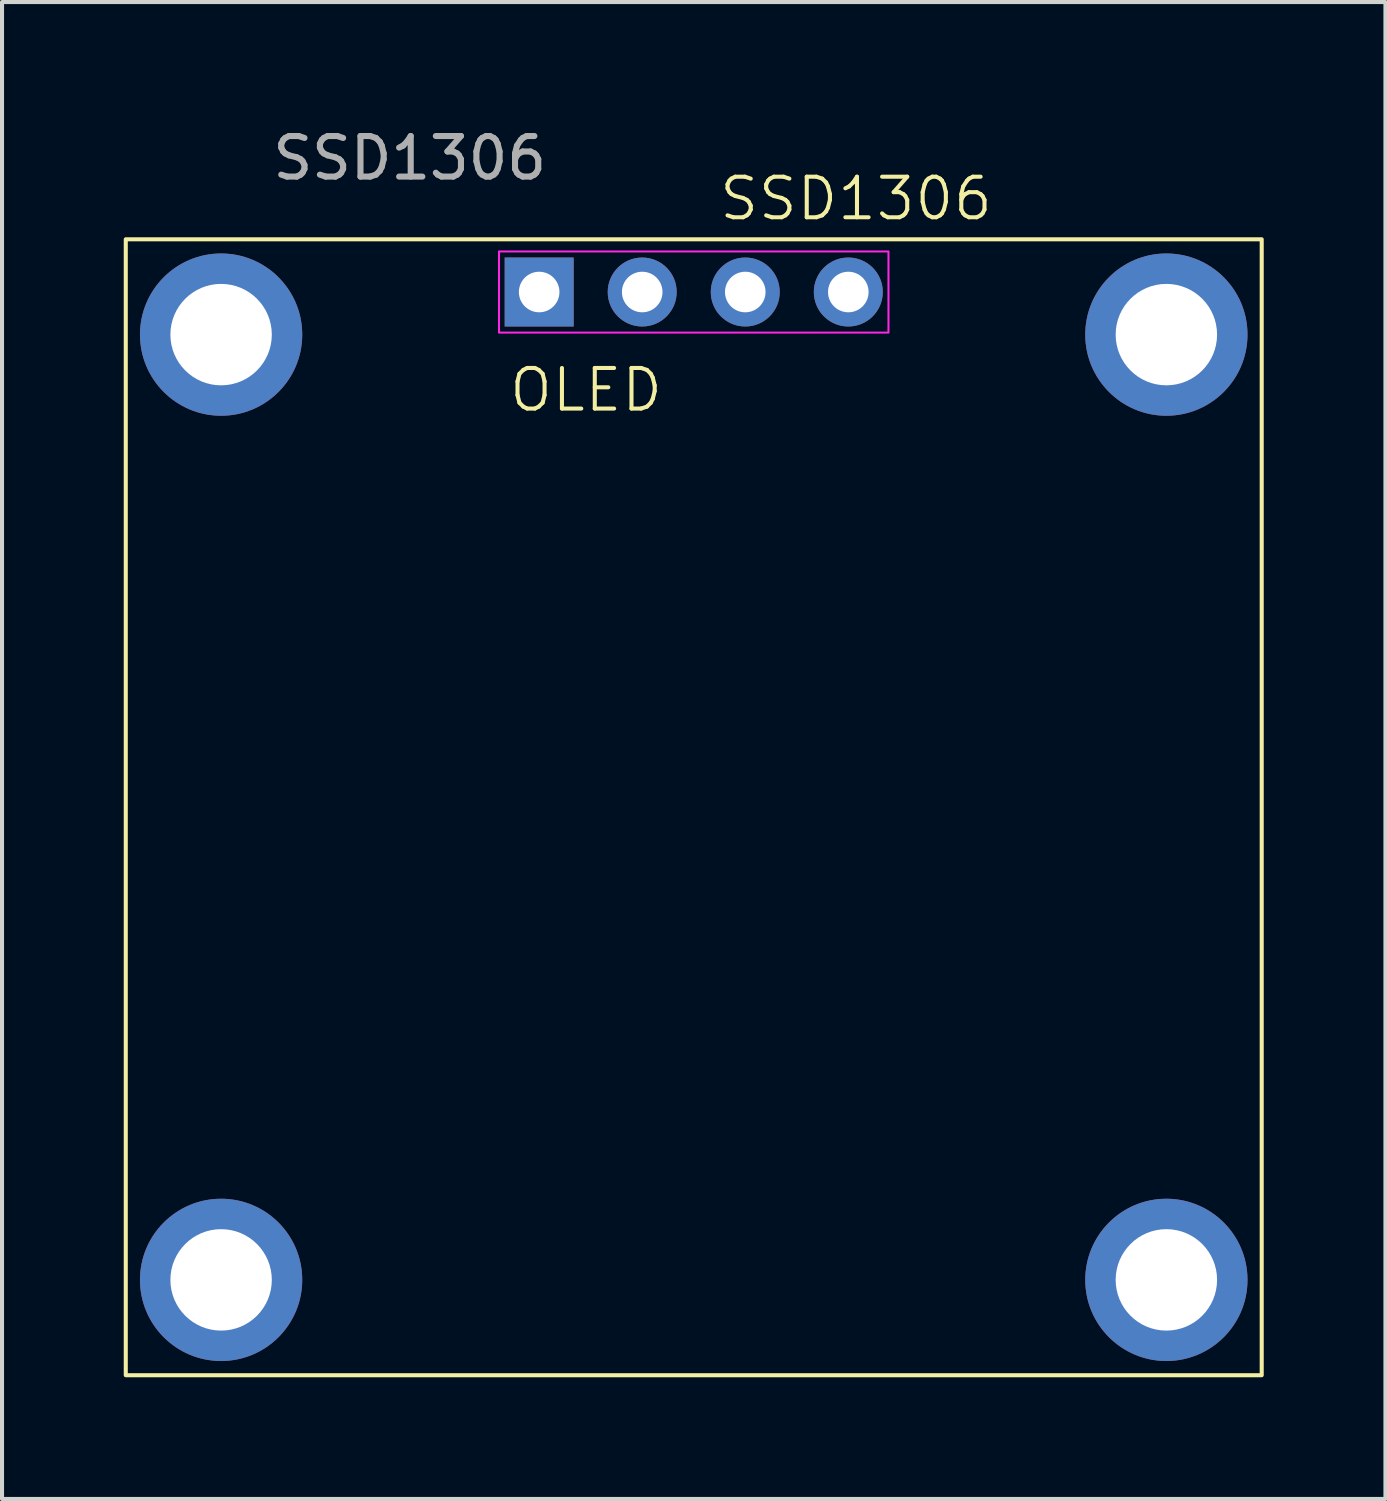
<source format=kicad_pcb>
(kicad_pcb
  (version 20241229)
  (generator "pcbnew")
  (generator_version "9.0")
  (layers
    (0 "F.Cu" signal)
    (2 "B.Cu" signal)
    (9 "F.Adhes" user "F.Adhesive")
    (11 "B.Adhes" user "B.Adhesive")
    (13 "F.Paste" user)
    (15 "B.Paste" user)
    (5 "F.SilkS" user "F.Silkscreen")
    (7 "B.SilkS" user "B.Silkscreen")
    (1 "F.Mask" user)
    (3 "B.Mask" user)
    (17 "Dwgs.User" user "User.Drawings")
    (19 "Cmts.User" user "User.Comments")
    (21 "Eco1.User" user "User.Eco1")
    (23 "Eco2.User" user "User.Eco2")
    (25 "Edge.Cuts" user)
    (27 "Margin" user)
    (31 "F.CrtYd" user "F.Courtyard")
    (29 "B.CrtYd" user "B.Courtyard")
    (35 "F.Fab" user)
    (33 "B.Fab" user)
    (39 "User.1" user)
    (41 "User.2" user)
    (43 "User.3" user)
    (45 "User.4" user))
  (footprint "SSD1306"
    (layer "F.Cu")
    (at 14.05 16.848)
    (property "Reference" "SSD1306" (at 4 -15 0) (unlocked yes) (layer "F.SilkS") (effects (font (size 1 1) (thickness 0.1))))
    (attr through_hole)
    (fp_rect (start -14 -14) (end 14 14) (stroke (width 0.1) (type default)) (fill no) (layer "F.SilkS"))
    (fp_rect (start -4.8 -13.7) (end 4.8 -11.7) (stroke (width 0.05) (type default)) (fill no) (layer "F.CrtYd"))
    (fp_text user "OLED" (at -4.6 -9.7 0) (unlocked yes) (layer "F.SilkS") (effects (font (size 1 1) (thickness 0.1)) (justify left bottom)))
    (fp_text user "${REFERENCE}" (at -7 -16 0) (unlocked yes) (layer "F.Fab") (effects (font (size 1 1) (thickness 0.15))))
    (pad "" thru_hole circle (at -11.65 -11.65) (size 4 4) (drill 2.5) (layers "*.Cu" "*.Mask"))
    (pad "" thru_hole circle (at -11.65 11.65 90) (size 4 4) (drill 2.5) (layers "*.Cu" "*.Mask"))
    (pad "" thru_hole circle (at 11.65 -11.65 270) (size 4 4) (drill 2.5) (layers "*.Cu" "*.Mask"))
    (pad "" thru_hole circle (at 11.65 11.65 180) (size 4 4) (drill 2.5) (layers "*.Cu" "*.Mask"))
    (pad "1" thru_hole rect (at -3.81 -12.7 90) (size 1.7 1.7) (drill 1) (layers "*.Cu" "*.Mask"))
    (pad "2" thru_hole oval (at -1.27 -12.7 90) (size 1.7 1.7) (drill 1) (layers "*.Cu" "*.Mask"))
    (pad "3" thru_hole oval (at 1.27 -12.7 90) (size 1.7 1.7) (drill 1) (layers "*.Cu" "*.Mask"))
    (pad "4" thru_hole oval (at 3.81 -12.7 90) (size 1.7 1.7) (drill 1) (layers "*.Cu" "*.Mask")))
  (gr_rect
    (start -3 -3)
    (end 31.1 33.898)
    (stroke (width 0.1) (type default))
    (fill no)
    (layer "Edge.Cuts")))
</source>
